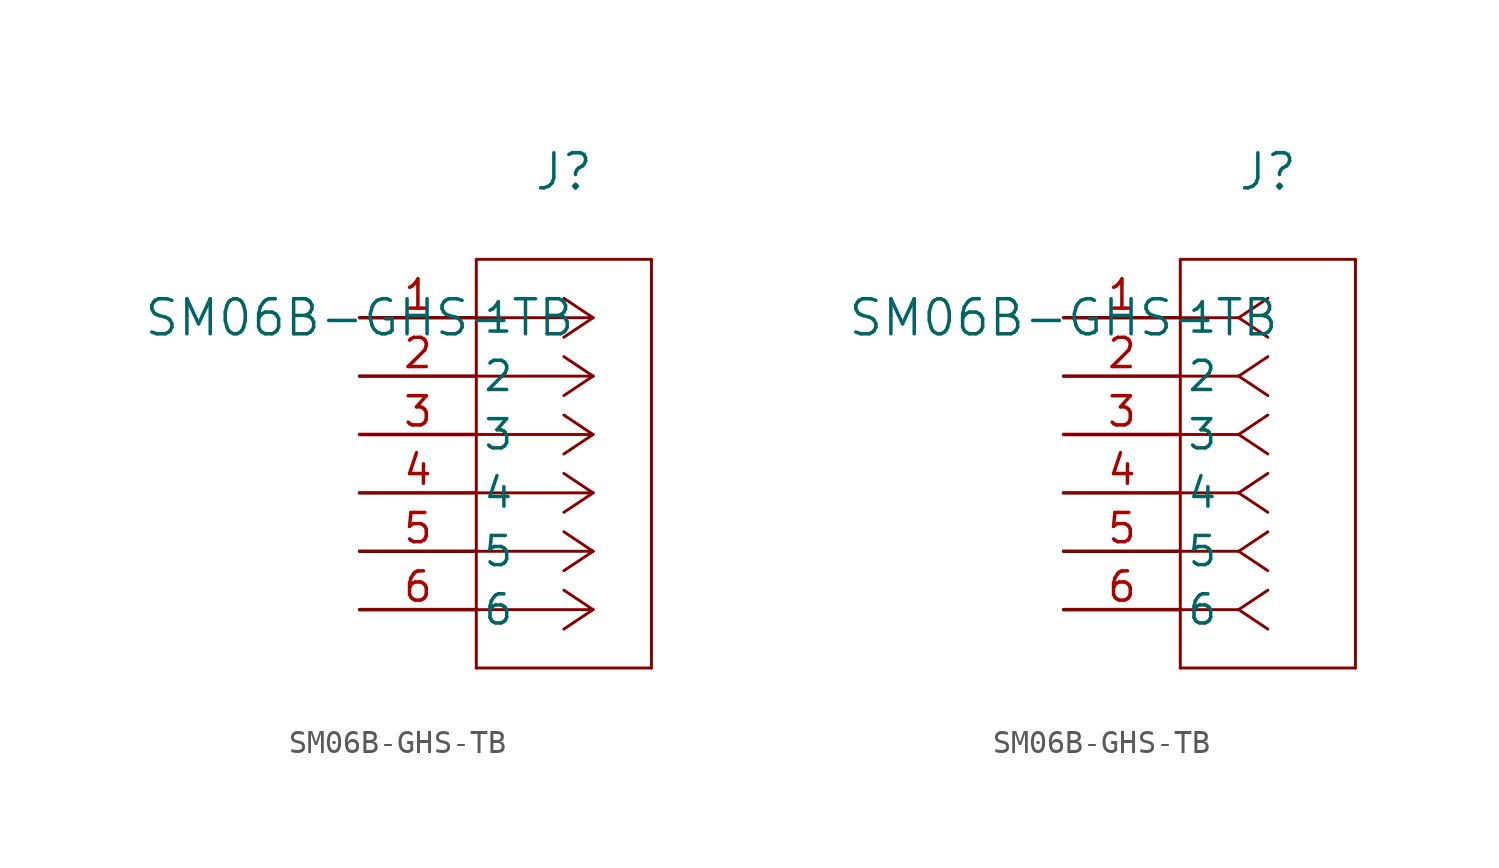
<source format=kicad_sym>
(kicad_symbol_lib
  (version 20220914)
  (generator kicad_symbol_editor)
  (symbol "SM06B-GHS-TB"
    (pin_names
      (offset 0.254))
    (property "Reference" "J"
      (at 8.89 6.35 0)
      (effects (font (size 1.524 1.524))))
    (property "Value" "SM06B-GHS-TB"
      (at 0 0 0)
      (effects (font (size 1.524 1.524))))
    (property "ki_locked" ""
      (at 0 0 0)
      (effects (font (size 1.27 1.27))))
    (symbol "SM06B-GHS-TB_1_1"
      (polyline (pts (xy 5.08 -15.24) (xy 12.7 -15.24)) (stroke (width 0.127) (type default)) (fill (type none)))
      (polyline (pts (xy 5.08 2.54) (xy 5.08 -15.24)) (stroke (width 0.127) (type default)) (fill (type none)))
      (polyline (pts (xy 10.16 -12.7) (xy 5.08 -12.7)) (stroke (width 0.127) (type default)) (fill (type none)))
      (polyline (pts (xy 10.16 -12.7) (xy 8.89 -13.547)) (stroke (width 0.127) (type default)) (fill (type none)))
      (polyline (pts (xy 10.16 -12.7) (xy 8.89 -11.853)) (stroke (width 0.127) (type default)) (fill (type none)))
      (polyline (pts (xy 10.16 -10.16) (xy 5.08 -10.16)) (stroke (width 0.127) (type default)) (fill (type none)))
      (polyline (pts (xy 10.16 -10.16) (xy 8.89 -11.007)) (stroke (width 0.127) (type default)) (fill (type none)))
      (polyline (pts (xy 10.16 -10.16) (xy 8.89 -9.313)) (stroke (width 0.127) (type default)) (fill (type none)))
      (polyline (pts (xy 10.16 -7.62) (xy 5.08 -7.62)) (stroke (width 0.127) (type default)) (fill (type none)))
      (polyline (pts (xy 10.16 -7.62) (xy 8.89 -8.467)) (stroke (width 0.127) (type default)) (fill (type none)))
      (polyline (pts (xy 10.16 -7.62) (xy 8.89 -6.773)) (stroke (width 0.127) (type default)) (fill (type none)))
      (polyline (pts (xy 10.16 -5.08) (xy 5.08 -5.08)) (stroke (width 0.127) (type default)) (fill (type none)))
      (polyline (pts (xy 10.16 -5.08) (xy 8.89 -5.927)) (stroke (width 0.127) (type default)) (fill (type none)))
      (polyline (pts (xy 10.16 -5.08) (xy 8.89 -4.233)) (stroke (width 0.127) (type default)) (fill (type none)))
      (polyline (pts (xy 10.16 -2.54) (xy 5.08 -2.54)) (stroke (width 0.127) (type default)) (fill (type none)))
      (polyline (pts (xy 10.16 -2.54) (xy 8.89 -3.387)) (stroke (width 0.127) (type default)) (fill (type none)))
      (polyline (pts (xy 10.16 -2.54) (xy 8.89 -1.693)) (stroke (width 0.127) (type default)) (fill (type none)))
      (polyline (pts (xy 10.16 0) (xy 5.08 0)) (stroke (width 0.127) (type default)) (fill (type none)))
      (polyline (pts (xy 10.16 0) (xy 8.89 -0.847)) (stroke (width 0.127) (type default)) (fill (type none)))
      (polyline (pts (xy 10.16 0) (xy 8.89 0.847)) (stroke (width 0.127) (type default)) (fill (type none)))
      (polyline (pts (xy 12.7 -15.24) (xy 12.7 2.54)) (stroke (width 0.127) (type default)) (fill (type none)))
      (polyline (pts (xy 12.7 2.54) (xy 5.08 2.54)) (stroke (width 0.127) (type default)) (fill (type none)))
      (pin unspecified line (at 0 0 0) (length 5.08) (name "1" (effects (font (size 1.27 1.27)))) (number "1" (effects (font (size 1.27 1.27)))))
      (pin unspecified line (at 0 -2.54 0) (length 5.08) (name "2" (effects (font (size 1.27 1.27)))) (number "2" (effects (font (size 1.27 1.27)))))
      (pin unspecified line (at 0 -5.08 0) (length 5.08) (name "3" (effects (font (size 1.27 1.27)))) (number "3" (effects (font (size 1.27 1.27)))))
      (pin unspecified line (at 0 -7.62 0) (length 5.08) (name "4" (effects (font (size 1.27 1.27)))) (number "4" (effects (font (size 1.27 1.27)))))
      (pin unspecified line (at 0 -10.16 0) (length 5.08) (name "5" (effects (font (size 1.27 1.27)))) (number "5" (effects (font (size 1.27 1.27)))))
      (pin unspecified line (at 0 -12.7 0) (length 5.08) (name "6" (effects (font (size 1.27 1.27)))) (number "6" (effects (font (size 1.27 1.27))))))
    (symbol "SM06B-GHS-TB_1_2"
      (polyline (pts (xy 5.08 -15.24) (xy 12.7 -15.24)) (stroke (width 0.127) (type default)) (fill (type none)))
      (polyline (pts (xy 5.08 2.54) (xy 5.08 -15.24)) (stroke (width 0.127) (type default)) (fill (type none)))
      (polyline (pts (xy 7.62 -12.7) (xy 5.08 -12.7)) (stroke (width 0.127) (type default)) (fill (type none)))
      (polyline (pts (xy 7.62 -12.7) (xy 8.89 -13.547)) (stroke (width 0.127) (type default)) (fill (type none)))
      (polyline (pts (xy 7.62 -12.7) (xy 8.89 -11.853)) (stroke (width 0.127) (type default)) (fill (type none)))
      (polyline (pts (xy 7.62 -10.16) (xy 5.08 -10.16)) (stroke (width 0.127) (type default)) (fill (type none)))
      (polyline (pts (xy 7.62 -10.16) (xy 8.89 -11.007)) (stroke (width 0.127) (type default)) (fill (type none)))
      (polyline (pts (xy 7.62 -10.16) (xy 8.89 -9.313)) (stroke (width 0.127) (type default)) (fill (type none)))
      (polyline (pts (xy 7.62 -7.62) (xy 5.08 -7.62)) (stroke (width 0.127) (type default)) (fill (type none)))
      (polyline (pts (xy 7.62 -7.62) (xy 8.89 -8.467)) (stroke (width 0.127) (type default)) (fill (type none)))
      (polyline (pts (xy 7.62 -7.62) (xy 8.89 -6.773)) (stroke (width 0.127) (type default)) (fill (type none)))
      (polyline (pts (xy 7.62 -5.08) (xy 5.08 -5.08)) (stroke (width 0.127) (type default)) (fill (type none)))
      (polyline (pts (xy 7.62 -5.08) (xy 8.89 -5.927)) (stroke (width 0.127) (type default)) (fill (type none)))
      (polyline (pts (xy 7.62 -5.08) (xy 8.89 -4.233)) (stroke (width 0.127) (type default)) (fill (type none)))
      (polyline (pts (xy 7.62 -2.54) (xy 5.08 -2.54)) (stroke (width 0.127) (type default)) (fill (type none)))
      (polyline (pts (xy 7.62 -2.54) (xy 8.89 -3.387)) (stroke (width 0.127) (type default)) (fill (type none)))
      (polyline (pts (xy 7.62 -2.54) (xy 8.89 -1.693)) (stroke (width 0.127) (type default)) (fill (type none)))
      (polyline (pts (xy 7.62 0) (xy 5.08 0)) (stroke (width 0.127) (type default)) (fill (type none)))
      (polyline (pts (xy 7.62 0) (xy 8.89 -0.847)) (stroke (width 0.127) (type default)) (fill (type none)))
      (polyline (pts (xy 7.62 0) (xy 8.89 0.847)) (stroke (width 0.127) (type default)) (fill (type none)))
      (polyline (pts (xy 12.7 -15.24) (xy 12.7 2.54)) (stroke (width 0.127) (type default)) (fill (type none)))
      (polyline (pts (xy 12.7 2.54) (xy 5.08 2.54)) (stroke (width 0.127) (type default)) (fill (type none)))
      (pin unspecified line (at 0 0 0) (length 5.08) (name "1" (effects (font (size 1.27 1.27)))) (number "1" (effects (font (size 1.27 1.27)))))
      (pin unspecified line (at 0 -2.54 0) (length 5.08) (name "2" (effects (font (size 1.27 1.27)))) (number "2" (effects (font (size 1.27 1.27)))))
      (pin unspecified line (at 0 -5.08 0) (length 5.08) (name "3" (effects (font (size 1.27 1.27)))) (number "3" (effects (font (size 1.27 1.27)))))
      (pin unspecified line (at 0 -7.62 0) (length 5.08) (name "4" (effects (font (size 1.27 1.27)))) (number "4" (effects (font (size 1.27 1.27)))))
      (pin unspecified line (at 0 -10.16 0) (length 5.08) (name "5" (effects (font (size 1.27 1.27)))) (number "5" (effects (font (size 1.27 1.27)))))
      (pin unspecified line (at 0 -12.7 0) (length 5.08) (name "6" (effects (font (size 1.27 1.27)))) (number "6" (effects (font (size 1.27 1.27))))))))
</source>
